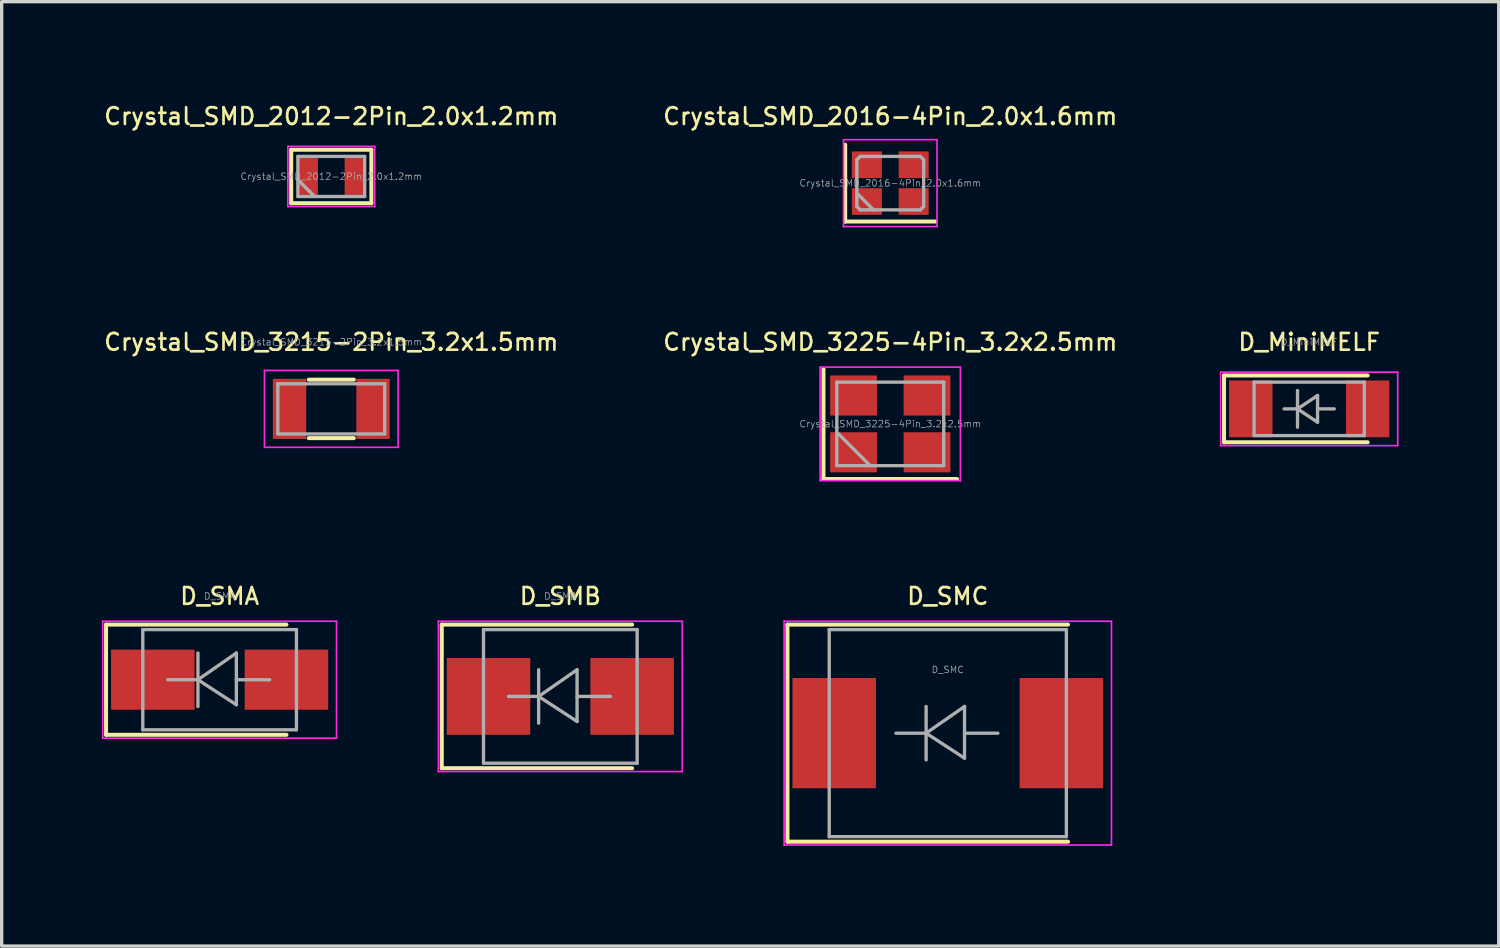
<source format=kicad_pcb>
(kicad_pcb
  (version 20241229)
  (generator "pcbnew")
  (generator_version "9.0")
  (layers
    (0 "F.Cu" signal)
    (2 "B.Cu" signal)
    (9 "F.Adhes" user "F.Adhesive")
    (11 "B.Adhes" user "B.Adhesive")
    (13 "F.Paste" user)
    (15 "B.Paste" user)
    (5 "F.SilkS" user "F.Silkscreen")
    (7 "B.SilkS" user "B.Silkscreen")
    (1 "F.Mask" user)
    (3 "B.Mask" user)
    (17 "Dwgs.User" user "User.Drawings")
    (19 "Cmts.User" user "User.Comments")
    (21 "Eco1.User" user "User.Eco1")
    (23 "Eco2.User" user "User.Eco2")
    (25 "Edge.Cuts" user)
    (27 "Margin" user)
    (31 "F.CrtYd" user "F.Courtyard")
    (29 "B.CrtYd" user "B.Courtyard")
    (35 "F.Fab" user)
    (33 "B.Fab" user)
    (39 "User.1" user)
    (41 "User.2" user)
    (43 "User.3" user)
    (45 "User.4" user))
  (footprint "Crystal_SMD_3215-2Pin_3.2x1.5mm"
    (layer "F.Cu")
    (at 6.868 9.191)
    (property "Reference" "Crystal_SMD_3215-2Pin_3.2x1.5mm" (at 0 -2 0) (layer "F.SilkS") (effects (font (size 0.5 0.5) (thickness 0.08))))
    (attr smd)
    (fp_line (start -0.675 -0.875) (end 0.675 -0.875) (stroke (width 0.12) (type solid)) (layer "F.SilkS"))
    (fp_line (start -0.675 0.875) (end 0.675 0.875) (stroke (width 0.12) (type solid)) (layer "F.SilkS"))
    (fp_line (start -2 -1.15) (end -2 1.15) (stroke (width 0.05) (type solid)) (layer "F.CrtYd"))
    (fp_line (start -2 -1.15) (end 2 -1.15) (stroke (width 0.05) (type solid)) (layer "F.CrtYd"))
    (fp_line (start -2 1.15) (end 2 1.15) (stroke (width 0.05) (type solid)) (layer "F.CrtYd"))
    (fp_line (start 2 -1.15) (end 2 1.15) (stroke (width 0.05) (type solid)) (layer "F.CrtYd"))
    (fp_line (start -1.6 -0.75) (end -1.6 0.75) (stroke (width 0.1) (type solid)) (layer "F.Fab"))
    (fp_line (start -1.6 -0.75) (end 1.6 -0.75) (stroke (width 0.1) (type solid)) (layer "F.Fab"))
    (fp_line (start -1.6 0.75) (end 1.6 0.75) (stroke (width 0.1) (type solid)) (layer "F.Fab"))
    (fp_line (start 1.6 -0.75) (end 1.6 0.75) (stroke (width 0.1) (type solid)) (layer "F.Fab"))
    (fp_text user "${REFERENCE}" (at 0 -2 0) (layer "F.Fab") (effects (font (size 0.2 0.2) (thickness 0.02))))
    (pad "1" smd rect (at 1.25 0) (size 1 1.8) (layers "F.Cu" "F.Mask" "F.Paste"))
    (pad "2" smd rect (at -1.25 0) (size 1 1.8) (layers "F.Cu" "F.Mask" "F.Paste")))
  (footprint "D_SMA"
    (layer "F.Cu")
    (at 3.525 17.299)
    (property "Reference" "D_SMA" (at 0 -2.5 0) (layer "F.SilkS") (effects (font (size 0.5 0.5) (thickness 0.08))))
    (attr smd)
    (fp_line (start -3.4 -1.65) (end -3.4 1.65) (stroke (width 0.12) (type solid)) (layer "F.SilkS"))
    (fp_line (start -3.4 -1.65) (end 2 -1.65) (stroke (width 0.12) (type solid)) (layer "F.SilkS"))
    (fp_line (start -3.4 1.65) (end 2 1.65) (stroke (width 0.12) (type solid)) (layer "F.SilkS"))
    (fp_line (start -3.5 -1.75) (end 3.5 -1.75) (stroke (width 0.05) (type solid)) (layer "F.CrtYd"))
    (fp_line (start -3.5 1.75) (end -3.5 -1.75) (stroke (width 0.05) (type solid)) (layer "F.CrtYd"))
    (fp_line (start 3.5 -1.75) (end 3.5 1.75) (stroke (width 0.05) (type solid)) (layer "F.CrtYd"))
    (fp_line (start 3.5 1.75) (end -3.5 1.75) (stroke (width 0.05) (type solid)) (layer "F.CrtYd"))
    (fp_line (start -2.3 1.5) (end -2.3 -1.5) (stroke (width 0.1) (type solid)) (layer "F.Fab"))
    (fp_line (start -0.649 -0.799) (end -0.649 0.801) (stroke (width 0.1) (type solid)) (layer "F.Fab"))
    (fp_line (start -0.649 0.001) (end -1.551 0.001) (stroke (width 0.1) (type solid)) (layer "F.Fab"))
    (fp_line (start -0.649 0.001) (end 0.501 -0.799) (stroke (width 0.1) (type solid)) (layer "F.Fab"))
    (fp_line (start -0.649 0.001) (end 0.501 0.75) (stroke (width 0.1) (type solid)) (layer "F.Fab"))
    (fp_line (start 0.501 0.001) (end 1.499 0.001) (stroke (width 0.1) (type solid)) (layer "F.Fab"))
    (fp_line (start 0.501 0.75) (end 0.501 -0.799) (stroke (width 0.1) (type solid)) (layer "F.Fab"))
    (fp_line (start 2.3 -1.5) (end -2.3 -1.5) (stroke (width 0.1) (type solid)) (layer "F.Fab"))
    (fp_line (start 2.3 -1.5) (end 2.3 1.5) (stroke (width 0.1) (type solid)) (layer "F.Fab"))
    (fp_line (start 2.3 1.5) (end -2.3 1.5) (stroke (width 0.1) (type solid)) (layer "F.Fab"))
    (fp_text user "${REFERENCE}" (at 0 -2.5 0) (layer "F.Fab") (effects (font (size 0.2 0.2) (thickness 0.02))))
    (pad "1" smd rect (at -2 0) (size 2.5 1.8) (layers "F.Cu" "F.Mask" "F.Paste"))
    (pad "2" smd rect (at 2 0) (size 2.5 1.8) (layers "F.Cu" "F.Mask" "F.Paste")))
  (footprint "Crystal_SMD_2012-2Pin_2.0x1.2mm"
    (layer "F.Cu")
    (at 6.868 2.233)
    (property "Reference" "Crystal_SMD_2012-2Pin_2.0x1.2mm" (at 0 -1.8 0) (layer "F.SilkS") (effects (font (size 0.5 0.5) (thickness 0.08))))
    (attr smd)
    (fp_line (start -1.2 -0.8) (end -1.2 0.8) (stroke (width 0.12) (type solid)) (layer "F.SilkS"))
    (fp_line (start -1.2 0.8) (end 1.2 0.8) (stroke (width 0.12) (type solid)) (layer "F.SilkS"))
    (fp_line (start 1.2 -0.8) (end -1.2 -0.8) (stroke (width 0.12) (type solid)) (layer "F.SilkS"))
    (fp_line (start 1.2 -0.8) (end 1.2 0.8) (stroke (width 0.12) (type solid)) (layer "F.SilkS"))
    (fp_line (start -1.3 -0.9) (end -1.3 0.9) (stroke (width 0.05) (type solid)) (layer "F.CrtYd"))
    (fp_line (start -1.3 0.9) (end 1.3 0.9) (stroke (width 0.05) (type solid)) (layer "F.CrtYd"))
    (fp_line (start 1.3 -0.9) (end -1.3 -0.9) (stroke (width 0.05) (type solid)) (layer "F.CrtYd"))
    (fp_line (start 1.3 0.9) (end 1.3 -0.9) (stroke (width 0.05) (type solid)) (layer "F.CrtYd"))
    (fp_line (start -1 -0.6) (end -1 0.6) (stroke (width 0.1) (type solid)) (layer "F.Fab"))
    (fp_line (start -1 0.1) (end -0.5 0.6) (stroke (width 0.1) (type solid)) (layer "F.Fab"))
    (fp_line (start -1 0.6) (end 1 0.6) (stroke (width 0.1) (type solid)) (layer "F.Fab"))
    (fp_line (start 1 -0.6) (end -1 -0.6) (stroke (width 0.1) (type solid)) (layer "F.Fab"))
    (fp_line (start 1 0.6) (end 1 -0.6) (stroke (width 0.1) (type solid)) (layer "F.Fab"))
    (fp_text user "${REFERENCE}" (at 0 0 0) (layer "F.Fab") (effects (font (size 0.2 0.2) (thickness 0.02))))
    (pad "1" smd rect (at -0.7 0) (size 0.6 1.1) (layers "F.Cu" "F.Mask" "F.Paste"))
    (pad "2" smd rect (at 0.7 0) (size 0.6 1.1) (layers "F.Cu" "F.Mask" "F.Paste")))
  (footprint "D_MiniMELF"
    (layer "F.Cu")
    (at 36.145 9.191)
    (property "Reference" "D_MiniMELF" (at 0 -2 0) (layer "F.SilkS") (effects (font (size 0.5 0.5) (thickness 0.08))))
    (attr smd)
    (fp_line (start -2.55 -1) (end -2.55 1) (stroke (width 0.12) (type solid)) (layer "F.SilkS"))
    (fp_line (start -2.55 1) (end 1.75 1) (stroke (width 0.12) (type solid)) (layer "F.SilkS"))
    (fp_line (start 1.75 -1) (end -2.55 -1) (stroke (width 0.12) (type solid)) (layer "F.SilkS"))
    (fp_line (start -2.65 -1.1) (end 2.65 -1.1) (stroke (width 0.05) (type solid)) (layer "F.CrtYd"))
    (fp_line (start -2.65 1.1) (end -2.65 -1.1) (stroke (width 0.05) (type solid)) (layer "F.CrtYd"))
    (fp_line (start 2.65 -1.1) (end 2.65 1.1) (stroke (width 0.05) (type solid)) (layer "F.CrtYd"))
    (fp_line (start 2.65 1.1) (end -2.65 1.1) (stroke (width 0.05) (type solid)) (layer "F.CrtYd"))
    (fp_line (start -1.65 -0.8) (end 1.65 -0.8) (stroke (width 0.1) (type solid)) (layer "F.Fab"))
    (fp_line (start -1.65 0.8) (end -1.65 -0.8) (stroke (width 0.1) (type solid)) (layer "F.Fab"))
    (fp_line (start -0.75 0) (end -0.35 0) (stroke (width 0.1) (type solid)) (layer "F.Fab"))
    (fp_line (start -0.35 0) (end -0.35 -0.55) (stroke (width 0.1) (type solid)) (layer "F.Fab"))
    (fp_line (start -0.35 0) (end -0.35 0.55) (stroke (width 0.1) (type solid)) (layer "F.Fab"))
    (fp_line (start -0.35 0) (end 0.25 -0.4) (stroke (width 0.1) (type solid)) (layer "F.Fab"))
    (fp_line (start 0.25 -0.4) (end 0.25 0.4) (stroke (width 0.1) (type solid)) (layer "F.Fab"))
    (fp_line (start 0.25 0) (end 0.75 0) (stroke (width 0.1) (type solid)) (layer "F.Fab"))
    (fp_line (start 0.25 0.4) (end -0.35 0) (stroke (width 0.1) (type solid)) (layer "F.Fab"))
    (fp_line (start 1.65 -0.8) (end 1.65 0.8) (stroke (width 0.1) (type solid)) (layer "F.Fab"))
    (fp_line (start 1.65 0.8) (end -1.65 0.8) (stroke (width 0.1) (type solid)) (layer "F.Fab"))
    (fp_text user "${REFERENCE}" (at 0 -2 0) (layer "F.Fab") (effects (font (size 0.2 0.2) (thickness 0.02))))
    (pad "1" smd rect (at -1.75 0) (size 1.3 1.7) (layers "F.Cu" "F.Mask" "F.Paste"))
    (pad "2" smd rect (at 1.75 0) (size 1.3 1.7) (layers "F.Cu" "F.Mask" "F.Paste")))
  (footprint "D_SMB"
    (layer "F.Cu")
    (at 13.725 17.799)
    (property "Reference" "D_SMB" (at 0 -3 0) (layer "F.SilkS") (effects (font (size 0.5 0.5) (thickness 0.08))))
    (attr smd)
    (fp_line (start -3.55 -2.15) (end -3.55 2.15) (stroke (width 0.12) (type solid)) (layer "F.SilkS"))
    (fp_line (start -3.55 -2.15) (end 2.15 -2.15) (stroke (width 0.12) (type solid)) (layer "F.SilkS"))
    (fp_line (start -3.55 2.15) (end 2.15 2.15) (stroke (width 0.12) (type solid)) (layer "F.SilkS"))
    (fp_line (start -3.65 -2.25) (end 3.65 -2.25) (stroke (width 0.05) (type solid)) (layer "F.CrtYd"))
    (fp_line (start -3.65 2.25) (end -3.65 -2.25) (stroke (width 0.05) (type solid)) (layer "F.CrtYd"))
    (fp_line (start 3.65 -2.25) (end 3.65 2.25) (stroke (width 0.05) (type solid)) (layer "F.CrtYd"))
    (fp_line (start 3.65 2.25) (end -3.65 2.25) (stroke (width 0.05) (type solid)) (layer "F.CrtYd"))
    (fp_line (start -2.3 2) (end -2.3 -2) (stroke (width 0.1) (type solid)) (layer "F.Fab"))
    (fp_line (start -0.649 -0.799) (end -0.649 0.801) (stroke (width 0.1) (type solid)) (layer "F.Fab"))
    (fp_line (start -0.649 0.001) (end -1.551 0.001) (stroke (width 0.1) (type solid)) (layer "F.Fab"))
    (fp_line (start -0.649 0.001) (end 0.501 -0.799) (stroke (width 0.1) (type solid)) (layer "F.Fab"))
    (fp_line (start -0.649 0.001) (end 0.501 0.75) (stroke (width 0.1) (type solid)) (layer "F.Fab"))
    (fp_line (start 0.501 0.001) (end 1.499 0.001) (stroke (width 0.1) (type solid)) (layer "F.Fab"))
    (fp_line (start 0.501 0.75) (end 0.501 -0.799) (stroke (width 0.1) (type solid)) (layer "F.Fab"))
    (fp_line (start 2.3 -2) (end -2.3 -2) (stroke (width 0.1) (type solid)) (layer "F.Fab"))
    (fp_line (start 2.3 -2) (end 2.3 2) (stroke (width 0.1) (type solid)) (layer "F.Fab"))
    (fp_line (start 2.3 2) (end -2.3 2) (stroke (width 0.1) (type solid)) (layer "F.Fab"))
    (fp_text user "${REFERENCE}" (at 0 -3 0) (layer "F.Fab") (effects (font (size 0.2 0.2) (thickness 0.02))))
    (pad "1" smd rect (at -2.15 0) (size 2.5 2.3) (layers "F.Cu" "F.Mask" "F.Paste"))
    (pad "2" smd rect (at 2.15 0) (size 2.5 2.3) (layers "F.Cu" "F.Mask" "F.Paste")))
  (footprint "D_SMC"
    (layer "F.Cu")
    (at 25.325 18.899)
    (property "Reference" "D_SMC" (at 0 -4.1 0) (layer "F.SilkS") (effects (font (size 0.5 0.5) (thickness 0.08))))
    (attr smd)
    (fp_line (start -4.8 -3.25) (end 3.6 -3.25) (stroke (width 0.12) (type solid)) (layer "F.SilkS"))
    (fp_line (start -4.8 3.25) (end -4.8 -3.25) (stroke (width 0.12) (type solid)) (layer "F.SilkS"))
    (fp_line (start -4.8 3.25) (end 3.6 3.25) (stroke (width 0.12) (type solid)) (layer "F.SilkS"))
    (fp_line (start -4.9 -3.35) (end 4.9 -3.35) (stroke (width 0.05) (type solid)) (layer "F.CrtYd"))
    (fp_line (start -4.9 3.35) (end -4.9 -3.35) (stroke (width 0.05) (type solid)) (layer "F.CrtYd"))
    (fp_line (start 4.9 -3.35) (end 4.9 3.35) (stroke (width 0.05) (type solid)) (layer "F.CrtYd"))
    (fp_line (start 4.9 3.35) (end -4.9 3.35) (stroke (width 0.05) (type solid)) (layer "F.CrtYd"))
    (fp_line (start -3.55 3.1) (end -3.55 -3.1) (stroke (width 0.1) (type solid)) (layer "F.Fab"))
    (fp_line (start -0.649 -0.799) (end -0.649 0.801) (stroke (width 0.1) (type solid)) (layer "F.Fab"))
    (fp_line (start -0.649 0.001) (end -1.551 0.001) (stroke (width 0.1) (type solid)) (layer "F.Fab"))
    (fp_line (start -0.649 0.001) (end 0.501 -0.799) (stroke (width 0.1) (type solid)) (layer "F.Fab"))
    (fp_line (start -0.649 0.001) (end 0.501 0.75) (stroke (width 0.1) (type solid)) (layer "F.Fab"))
    (fp_line (start 0.501 0.001) (end 1.499 0.001) (stroke (width 0.1) (type solid)) (layer "F.Fab"))
    (fp_line (start 0.501 0.75) (end 0.501 -0.799) (stroke (width 0.1) (type solid)) (layer "F.Fab"))
    (fp_line (start 3.55 -3.1) (end -3.55 -3.1) (stroke (width 0.1) (type solid)) (layer "F.Fab"))
    (fp_line (start 3.55 -3.1) (end 3.55 3.1) (stroke (width 0.1) (type solid)) (layer "F.Fab"))
    (fp_line (start 3.55 3.1) (end -3.55 3.1) (stroke (width 0.1) (type solid)) (layer "F.Fab"))
    (fp_text user "${REFERENCE}" (at 0 -1.9 0) (layer "F.Fab") (effects (font (size 0.2 0.2) (thickness 0.02))))
    (pad "1" smd rect (at -3.4 0 90) (size 3.3 2.5) (layers "F.Cu" "F.Mask" "F.Paste"))
    (pad "2" smd rect (at 3.4 0 90) (size 3.3 2.5) (layers "F.Cu" "F.Mask" "F.Paste")))
  (footprint "Crystal_SMD_2016-4Pin_2.0x1.6mm"
    (layer "F.Cu")
    (at 23.603 2.433)
    (property "Reference" "Crystal_SMD_2016-4Pin_2.0x1.6mm" (at 0 -2 0) (layer "F.SilkS") (effects (font (size 0.5 0.5) (thickness 0.08))))
    (attr smd)
    (fp_line (start -1.35 -1.15) (end -1.35 1.15) (stroke (width 0.12) (type solid)) (layer "F.SilkS"))
    (fp_line (start -1.35 1.15) (end 1.35 1.15) (stroke (width 0.12) (type solid)) (layer "F.SilkS"))
    (fp_line (start -1.4 -1.3) (end -1.4 1.3) (stroke (width 0.05) (type solid)) (layer "F.CrtYd"))
    (fp_line (start -1.4 1.3) (end 1.4 1.3) (stroke (width 0.05) (type solid)) (layer "F.CrtYd"))
    (fp_line (start 1.4 -1.3) (end -1.4 -1.3) (stroke (width 0.05) (type solid)) (layer "F.CrtYd"))
    (fp_line (start 1.4 1.3) (end 1.4 -1.3) (stroke (width 0.05) (type solid)) (layer "F.CrtYd"))
    (fp_line (start -1 -0.7) (end -0.9 -0.8) (stroke (width 0.1) (type solid)) (layer "F.Fab"))
    (fp_line (start -1 0.3) (end -0.5 0.8) (stroke (width 0.1) (type solid)) (layer "F.Fab"))
    (fp_line (start -1 0.7) (end -1 -0.7) (stroke (width 0.1) (type solid)) (layer "F.Fab"))
    (fp_line (start -0.9 -0.8) (end 0.9 -0.8) (stroke (width 0.1) (type solid)) (layer "F.Fab"))
    (fp_line (start -0.9 0.8) (end -1 0.7) (stroke (width 0.1) (type solid)) (layer "F.Fab"))
    (fp_line (start 0.9 -0.8) (end 1 -0.7) (stroke (width 0.1) (type solid)) (layer "F.Fab"))
    (fp_line (start 0.9 0.8) (end -0.9 0.8) (stroke (width 0.1) (type solid)) (layer "F.Fab"))
    (fp_line (start 1 -0.7) (end 1 0.7) (stroke (width 0.1) (type solid)) (layer "F.Fab"))
    (fp_line (start 1 0.7) (end 0.9 0.8) (stroke (width 0.1) (type solid)) (layer "F.Fab"))
    (fp_text user "${REFERENCE}" (at 0 0 0) (layer "F.Fab") (effects (font (size 0.2 0.2) (thickness 0.02))))
    (pad "1" smd rect (at -0.7 0.55) (size 0.9 0.8) (layers "F.Cu" "F.Mask" "F.Paste"))
    (pad "2" smd rect (at 0.7 0.55) (size 0.9 0.8) (layers "F.Cu" "F.Mask" "F.Paste"))
    (pad "3" smd rect (at 0.7 -0.55) (size 0.9 0.8) (layers "F.Cu" "F.Mask" "F.Paste"))
    (pad "4" smd rect (at -0.7 -0.55) (size 0.9 0.8) (layers "F.Cu" "F.Mask" "F.Paste")))
  (footprint "Crystal_SMD_3225-4Pin_3.2x2.5mm"
    (layer "F.Cu")
    (at 23.603 9.641)
    (property "Reference" "Crystal_SMD_3225-4Pin_3.2x2.5mm" (at 0 -2.45 0) (layer "F.SilkS") (effects (font (size 0.5 0.5) (thickness 0.08))))
    (attr smd)
    (fp_line (start -2 -1.65) (end -2 1.65) (stroke (width 0.12) (type solid)) (layer "F.SilkS"))
    (fp_line (start -2 1.65) (end 2 1.65) (stroke (width 0.12) (type solid)) (layer "F.SilkS"))
    (fp_line (start -2.1 -1.7) (end -2.1 1.7) (stroke (width 0.05) (type solid)) (layer "F.CrtYd"))
    (fp_line (start -2.1 1.7) (end 2.1 1.7) (stroke (width 0.05) (type solid)) (layer "F.CrtYd"))
    (fp_line (start 2.1 -1.7) (end -2.1 -1.7) (stroke (width 0.05) (type solid)) (layer "F.CrtYd"))
    (fp_line (start 2.1 1.7) (end 2.1 -1.7) (stroke (width 0.05) (type solid)) (layer "F.CrtYd"))
    (fp_line (start -1.6 -1.25) (end -1.6 1.25) (stroke (width 0.1) (type solid)) (layer "F.Fab"))
    (fp_line (start -1.6 0.25) (end -0.6 1.25) (stroke (width 0.1) (type solid)) (layer "F.Fab"))
    (fp_line (start -1.6 1.25) (end 1.6 1.25) (stroke (width 0.1) (type solid)) (layer "F.Fab"))
    (fp_line (start 1.6 -1.25) (end -1.6 -1.25) (stroke (width 0.1) (type solid)) (layer "F.Fab"))
    (fp_line (start 1.6 1.25) (end 1.6 -1.25) (stroke (width 0.1) (type solid)) (layer "F.Fab"))
    (fp_text user "${REFERENCE}" (at 0 0 0) (layer "F.Fab") (effects (font (size 0.2 0.2) (thickness 0.02))))
    (pad "1" smd rect (at -1.1 0.85) (size 1.4 1.2) (layers "F.Cu" "F.Mask" "F.Paste"))
    (pad "2" smd rect (at 1.1 0.85) (size 1.4 1.2) (layers "F.Cu" "F.Mask" "F.Paste"))
    (pad "3" smd rect (at 1.1 -0.85) (size 1.4 1.2) (layers "F.Cu" "F.Mask" "F.Paste"))
    (pad "4" smd rect (at -1.1 -0.85) (size 1.4 1.2) (layers "F.Cu" "F.Mask" "F.Paste")))
  (gr_rect
    (start -3 -3)
    (end 41.82 25.274)
    (stroke (width 0.1) (type default))
    (fill no)
    (layer "Edge.Cuts")))
</source>
